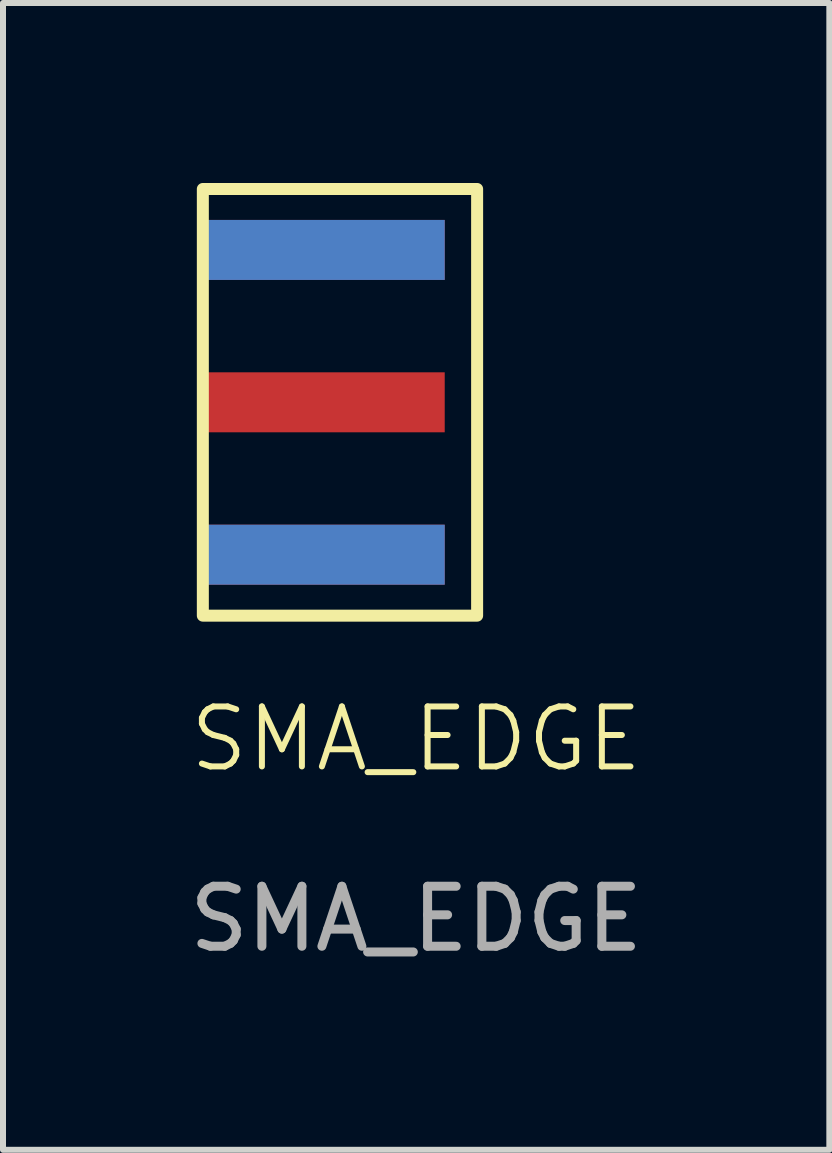
<source format=kicad_pcb>
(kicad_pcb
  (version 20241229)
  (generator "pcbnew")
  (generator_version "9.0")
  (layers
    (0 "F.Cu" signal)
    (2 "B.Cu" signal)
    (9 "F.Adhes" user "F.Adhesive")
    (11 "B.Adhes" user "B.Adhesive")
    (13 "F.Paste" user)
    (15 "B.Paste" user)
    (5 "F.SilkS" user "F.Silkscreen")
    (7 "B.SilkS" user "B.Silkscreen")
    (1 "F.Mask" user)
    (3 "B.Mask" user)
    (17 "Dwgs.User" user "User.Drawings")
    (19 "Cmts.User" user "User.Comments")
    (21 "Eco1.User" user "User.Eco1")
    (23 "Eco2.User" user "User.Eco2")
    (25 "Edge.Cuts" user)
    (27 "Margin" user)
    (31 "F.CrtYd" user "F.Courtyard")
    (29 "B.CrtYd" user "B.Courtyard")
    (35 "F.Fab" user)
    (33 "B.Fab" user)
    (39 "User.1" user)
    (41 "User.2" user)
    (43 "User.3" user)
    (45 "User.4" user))
  (footprint "SMA_EDGE"
    (layer "F.Cu")
    (at 3.887 7.72)
    (property "Reference" "SMA_EDGE" (at 0 1.548 0) (unlocked yes) (layer "F.SilkS") (effects (font (size 1 1) (thickness 0.1))))
    (attr smd)
    (fp_rect (start -3.556 -7.62) (end 1.016 -0.508) (stroke (width 0.2) (type default)) (fill no) (layer "F.SilkS"))
    (fp_text user "${REFERENCE}" (at 0 4.548 0) (unlocked yes) (layer "F.Fab") (effects (font (size 1 1) (thickness 0.15))))
    (pad "1" smd rect (at -1.524 -6.604) (size 4 1) (layers "F.Cu" "F.Mask" "F.Paste"))
    (pad "2" smd rect (at -1.524 -4.064) (size 4 1) (layers "F.Cu" "F.Mask" "F.Paste"))
    (pad "3" smd rect (at -1.524 -1.524) (size 4 1) (layers "F.Cu" "F.Mask" "F.Paste"))
    (pad "4" smd rect (at -1.524 -6.604) (size 4 1) (layers "F.Mask" "B.Cu" "F.Paste"))
    (pad "5" smd rect (at -1.524 -1.524) (size 4 1) (layers "F.Mask" "B.Cu" "F.Paste")))
  (gr_rect
    (start -3 -3)
    (end 10.774 16.116)
    (stroke (width 0.1) (type default))
    (fill no)
    (layer "Edge.Cuts")))
</source>
